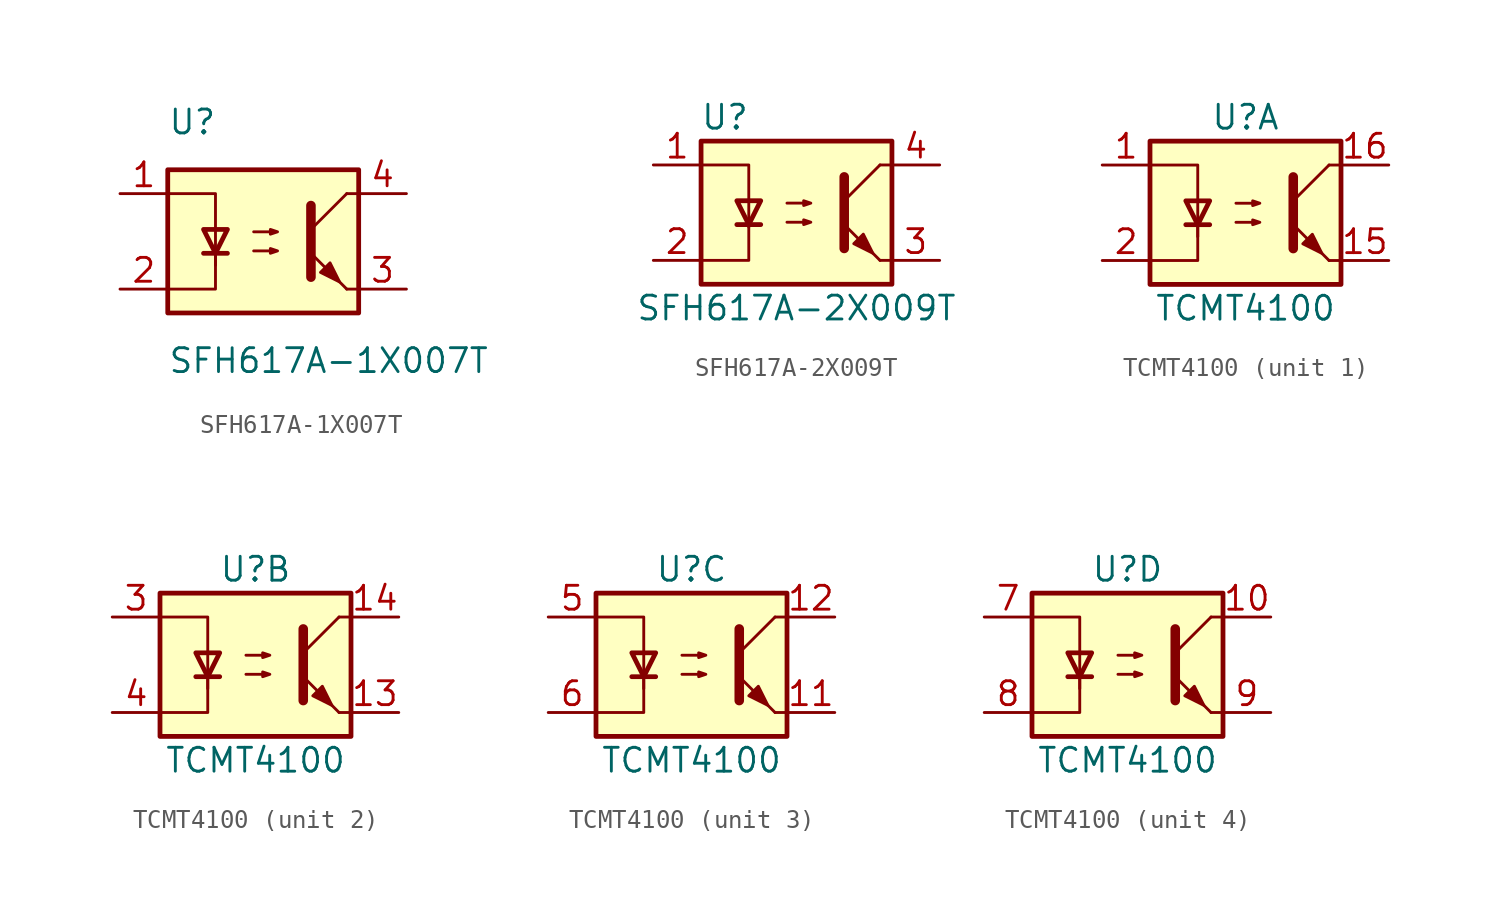
<source format=kicad_sym>
(kicad_symbol_lib
  (version 20201005)
  (generator kicad_symbol_editor)
  (symbol "Isolator_Optocoupler:SFH617A-1X007T"
    (property "Reference" "U"
      (at -5.08 6.35 0)
      (effects (font (size 1.27 1.27)) (justify left)))
    (property "Value" "SFH617A-1X007T"
      (at -5.08 -6.35 0)
      (effects (font (size 1.27 1.27)) (justify left)))
    (symbol "SFH617A-1X007T_0_1"
      (rectangle (start -5.08 3.81) (end 5.08 -3.81) (stroke (width 0.254)) (fill (type background)))
      (polyline (pts (xy -3.175 -0.635) (xy -1.905 -0.635)) (stroke (width 0.254)) (fill (type none)))
      (polyline (pts (xy 2.54 0.635) (xy 4.445 2.54)) (stroke (width 0)) (fill (type none)))
      (polyline (pts (xy 4.445 -2.54) (xy 5.08 -2.54)) (stroke (width 0)) (fill (type none)))
      (polyline (pts (xy 4.445 2.54) (xy 5.08 2.54)) (stroke (width 0)) (fill (type none)))
      (polyline (pts (xy -2.54 -0.635) (xy -2.54 -2.54) (xy -5.08 -2.54)) (stroke (width 0)) (fill (type none)))
      (polyline (pts (xy 2.54 1.905) (xy 2.54 -1.905) (xy 2.54 -1.905)) (stroke (width 0.508)) (fill (type none)))
      (polyline (pts (xy -5.08 2.54) (xy -2.54 2.54) (xy -2.54 -1.27) (xy -2.54 0.635)) (stroke (width 0)) (fill (type none)))
      (polyline (pts (xy -2.54 -0.635) (xy -3.175 0.635) (xy -1.905 0.635) (xy -2.54 -0.635)) (stroke (width 0.254)) (fill (type none)))
      (polyline (pts (xy -0.508 -0.508) (xy 0.762 -0.508) (xy 0.381 -0.635) (xy 0.381 -0.381) (xy 0.762 -0.508)) (stroke (width 0)) (fill (type none)))
      (polyline (pts (xy -0.508 0.508) (xy 0.762 0.508) (xy 0.381 0.381) (xy 0.381 0.635) (xy 0.762 0.508)) (stroke (width 0)) (fill (type none)))
      (polyline (pts (xy 4.445 -2.54) (xy 2.54 -0.635)) (stroke (width 0)) (fill (type outline)))
      (polyline (pts (xy 3.048 -1.651) (xy 3.556 -1.143) (xy 4.064 -2.159) (xy 3.048 -1.651) (xy 3.048 -1.651)) (stroke (width 0)) (fill (type outline))))
    (symbol "SFH617A-1X007T_1_1"
      (pin passive line (at -7.62 2.54 0) (length 2.54) (name "~" (effects (font (size 1.27 1.27)))) (number "1" (effects (font (size 1.27 1.27)))))
      (pin passive line (at -7.62 -2.54 0) (length 2.54) (name "~" (effects (font (size 1.27 1.27)))) (number "2" (effects (font (size 1.27 1.27)))))
      (pin passive line (at 7.62 -2.54 180) (length 2.54) (name "~" (effects (font (size 1.27 1.27)))) (number "3" (effects (font (size 1.27 1.27)))))
      (pin passive line (at 7.62 2.54 180) (length 2.54) (name "~" (effects (font (size 1.27 1.27)))) (number "4" (effects (font (size 1.27 1.27)))))))
  (symbol "Isolator_Optocoupler:SFH617A-2X009T"
    (property "Reference" "U"
      (at -3.81 5.08 0)
      (effects (font (size 1.27 1.27))))
    (property "Value" "SFH617A-2X009T"
      (at 0 -5.08 0)
      (effects (font (size 1.27 1.27))))
    (symbol "SFH617A-2X009T_1_1"
      (rectangle (start -5.08 3.81) (end 5.08 -3.81) (stroke (width 0.254)) (fill (type background)))
      (polyline (pts (xy -3.175 -0.635) (xy -1.905 -0.635)) (stroke (width 0.254)) (fill (type none)))
      (polyline (pts (xy 2.54 0.635) (xy 4.445 2.54)) (stroke (width 0)) (fill (type none)))
      (polyline (pts (xy 4.445 -2.54) (xy 5.08 -2.54)) (stroke (width 0)) (fill (type none)))
      (polyline (pts (xy 4.445 2.54) (xy 5.08 2.54)) (stroke (width 0)) (fill (type none)))
      (polyline (pts (xy -5.08 2.54) (xy -2.54 2.54) (xy -2.54 -0.762)) (stroke (width 0)) (fill (type none)))
      (polyline (pts (xy -2.54 -0.635) (xy -2.54 -2.54) (xy -5.08 -2.54)) (stroke (width 0)) (fill (type none)))
      (polyline (pts (xy 2.54 1.905) (xy 2.54 -1.905) (xy 2.54 -1.905)) (stroke (width 0.508)) (fill (type none)))
      (polyline (pts (xy -2.54 -0.635) (xy -3.175 0.635) (xy -1.905 0.635) (xy -2.54 -0.635)) (stroke (width 0.254)) (fill (type none)))
      (polyline (pts (xy -0.508 -0.508) (xy 0.762 -0.508) (xy 0.381 -0.635) (xy 0.381 -0.381) (xy 0.762 -0.508)) (stroke (width 0)) (fill (type none)))
      (polyline (pts (xy -0.508 0.508) (xy 0.762 0.508) (xy 0.381 0.381) (xy 0.381 0.635) (xy 0.762 0.508)) (stroke (width 0)) (fill (type none)))
      (polyline (pts (xy 4.445 -2.54) (xy 2.54 -0.635)) (stroke (width 0)) (fill (type outline)))
      (polyline (pts (xy 3.048 -1.651) (xy 3.556 -1.143) (xy 4.064 -2.159) (xy 3.048 -1.651) (xy 3.048 -1.651)) (stroke (width 0)) (fill (type outline)))
      (pin passive line (at -7.62 2.54 0) (length 2.54) (name "~" (effects (font (size 1.27 1.27)))) (number "1" (effects (font (size 1.27 1.27)))))
      (pin passive line (at -7.62 -2.54 0) (length 2.54) (name "~" (effects (font (size 1.27 1.27)))) (number "2" (effects (font (size 1.27 1.27)))))
      (pin passive line (at 7.62 -2.54 180) (length 2.54) (name "~" (effects (font (size 1.27 1.27)))) (number "3" (effects (font (size 1.27 1.27)))))
      (pin passive line (at 7.62 2.54 180) (length 2.54) (name "~" (effects (font (size 1.27 1.27)))) (number "4" (effects (font (size 1.27 1.27)))))))
  (symbol "Isolator_Optocoupler:TCMT4100"
    (property "Reference" "U"
      (at 0 5.08 0)
      (effects (font (size 1.27 1.27))))
    (property "Value" "TCMT4100"
      (at 0 -5.08 0)
      (effects (font (size 1.27 1.27))))
    (symbol "TCMT4100_1_1"
      (rectangle (start -5.08 3.81) (end 5.08 -3.81) (stroke (width 0.254)) (fill (type background)))
      (polyline (pts (xy -3.175 -0.635) (xy -1.905 -0.635)) (stroke (width 0.254)) (fill (type none)))
      (polyline (pts (xy 2.54 0.635) (xy 4.445 2.54)) (stroke (width 0)) (fill (type none)))
      (polyline (pts (xy 4.445 -2.54) (xy 5.08 -2.54)) (stroke (width 0)) (fill (type none)))
      (polyline (pts (xy 4.445 2.54) (xy 5.08 2.54)) (stroke (width 0)) (fill (type none)))
      (polyline (pts (xy -2.54 -0.635) (xy -2.54 -2.54) (xy -5.08 -2.54)) (stroke (width 0)) (fill (type none)))
      (polyline (pts (xy 2.54 1.905) (xy 2.54 -1.905) (xy 2.54 -1.905)) (stroke (width 0.508)) (fill (type none)))
      (polyline (pts (xy -5.08 2.54) (xy -2.54 2.54) (xy -2.54 -1.27) (xy -2.54 0.635)) (stroke (width 0)) (fill (type none)))
      (polyline (pts (xy -2.54 -0.635) (xy -3.175 0.635) (xy -1.905 0.635) (xy -2.54 -0.635)) (stroke (width 0.254)) (fill (type none)))
      (polyline (pts (xy -0.508 -0.508) (xy 0.762 -0.508) (xy 0.381 -0.635) (xy 0.381 -0.381) (xy 0.762 -0.508)) (stroke (width 0)) (fill (type none)))
      (polyline (pts (xy -0.508 0.508) (xy 0.762 0.508) (xy 0.381 0.381) (xy 0.381 0.635) (xy 0.762 0.508)) (stroke (width 0)) (fill (type none)))
      (polyline (pts (xy 4.445 -2.54) (xy 2.54 -0.635)) (stroke (width 0)) (fill (type outline)))
      (polyline (pts (xy 3.048 -1.651) (xy 3.556 -1.143) (xy 4.064 -2.159) (xy 3.048 -1.651) (xy 3.048 -1.651)) (stroke (width 0)) (fill (type outline)))
      (pin passive line (at -7.62 2.54 0) (length 2.54) (name "~" (effects (font (size 1.27 1.27)))) (number "1" (effects (font (size 1.27 1.27)))))
      (pin passive line (at 7.62 -2.54 180) (length 2.54) (name "~" (effects (font (size 1.27 1.27)))) (number "15" (effects (font (size 1.27 1.27)))))
      (pin passive line (at 7.62 2.54 180) (length 2.54) (name "~" (effects (font (size 1.27 1.27)))) (number "16" (effects (font (size 1.27 1.27)))))
      (pin passive line (at -7.62 -2.54 0) (length 2.54) (name "~" (effects (font (size 1.27 1.27)))) (number "2" (effects (font (size 1.27 1.27))))))
    (symbol "TCMT4100_2_1"
      (rectangle (start -5.08 3.81) (end 5.08 -3.81) (stroke (width 0.254)) (fill (type background)))
      (polyline (pts (xy -3.175 -0.635) (xy -1.905 -0.635)) (stroke (width 0.254)) (fill (type none)))
      (polyline (pts (xy 2.54 0.635) (xy 4.445 2.54)) (stroke (width 0)) (fill (type none)))
      (polyline (pts (xy 4.445 -2.54) (xy 5.08 -2.54)) (stroke (width 0)) (fill (type none)))
      (polyline (pts (xy 4.445 2.54) (xy 5.08 2.54)) (stroke (width 0)) (fill (type none)))
      (polyline (pts (xy -2.54 -0.635) (xy -2.54 -2.54) (xy -5.08 -2.54)) (stroke (width 0)) (fill (type none)))
      (polyline (pts (xy 2.54 1.905) (xy 2.54 -1.905) (xy 2.54 -1.905)) (stroke (width 0.508)) (fill (type none)))
      (polyline (pts (xy -5.08 2.54) (xy -2.54 2.54) (xy -2.54 -1.27) (xy -2.54 0.635)) (stroke (width 0)) (fill (type none)))
      (polyline (pts (xy -2.54 -0.635) (xy -3.175 0.635) (xy -1.905 0.635) (xy -2.54 -0.635)) (stroke (width 0.254)) (fill (type none)))
      (polyline (pts (xy -0.508 -0.508) (xy 0.762 -0.508) (xy 0.381 -0.635) (xy 0.381 -0.381) (xy 0.762 -0.508)) (stroke (width 0)) (fill (type none)))
      (polyline (pts (xy -0.508 0.508) (xy 0.762 0.508) (xy 0.381 0.381) (xy 0.381 0.635) (xy 0.762 0.508)) (stroke (width 0)) (fill (type none)))
      (polyline (pts (xy 4.445 -2.54) (xy 2.54 -0.635)) (stroke (width 0)) (fill (type outline)))
      (polyline (pts (xy 3.048 -1.651) (xy 3.556 -1.143) (xy 4.064 -2.159) (xy 3.048 -1.651) (xy 3.048 -1.651)) (stroke (width 0)) (fill (type outline)))
      (pin passive line (at 7.62 -2.54 180) (length 2.54) (name "~" (effects (font (size 1.27 1.27)))) (number "13" (effects (font (size 1.27 1.27)))))
      (pin passive line (at 7.62 2.54 180) (length 2.54) (name "~" (effects (font (size 1.27 1.27)))) (number "14" (effects (font (size 1.27 1.27)))))
      (pin passive line (at -7.62 2.54 0) (length 2.54) (name "~" (effects (font (size 1.27 1.27)))) (number "3" (effects (font (size 1.27 1.27)))))
      (pin passive line (at -7.62 -2.54 0) (length 2.54) (name "~" (effects (font (size 1.27 1.27)))) (number "4" (effects (font (size 1.27 1.27))))))
    (symbol "TCMT4100_3_1"
      (rectangle (start -5.08 3.81) (end 5.08 -3.81) (stroke (width 0.254)) (fill (type background)))
      (polyline (pts (xy -3.175 -0.635) (xy -1.905 -0.635)) (stroke (width 0.254)) (fill (type none)))
      (polyline (pts (xy 2.54 0.635) (xy 4.445 2.54)) (stroke (width 0)) (fill (type none)))
      (polyline (pts (xy 4.445 -2.54) (xy 5.08 -2.54)) (stroke (width 0)) (fill (type none)))
      (polyline (pts (xy 4.445 2.54) (xy 5.08 2.54)) (stroke (width 0)) (fill (type none)))
      (polyline (pts (xy -2.54 -0.635) (xy -2.54 -2.54) (xy -5.08 -2.54)) (stroke (width 0)) (fill (type none)))
      (polyline (pts (xy 2.54 1.905) (xy 2.54 -1.905) (xy 2.54 -1.905)) (stroke (width 0.508)) (fill (type none)))
      (polyline (pts (xy -5.08 2.54) (xy -2.54 2.54) (xy -2.54 -1.27) (xy -2.54 0.635)) (stroke (width 0)) (fill (type none)))
      (polyline (pts (xy -2.54 -0.635) (xy -3.175 0.635) (xy -1.905 0.635) (xy -2.54 -0.635)) (stroke (width 0.254)) (fill (type none)))
      (polyline (pts (xy -0.508 -0.508) (xy 0.762 -0.508) (xy 0.381 -0.635) (xy 0.381 -0.381) (xy 0.762 -0.508)) (stroke (width 0)) (fill (type none)))
      (polyline (pts (xy -0.508 0.508) (xy 0.762 0.508) (xy 0.381 0.381) (xy 0.381 0.635) (xy 0.762 0.508)) (stroke (width 0)) (fill (type none)))
      (polyline (pts (xy 4.445 -2.54) (xy 2.54 -0.635)) (stroke (width 0)) (fill (type outline)))
      (polyline (pts (xy 3.048 -1.651) (xy 3.556 -1.143) (xy 4.064 -2.159) (xy 3.048 -1.651) (xy 3.048 -1.651)) (stroke (width 0)) (fill (type outline)))
      (pin passive line (at 7.62 -2.54 180) (length 2.54) (name "~" (effects (font (size 1.27 1.27)))) (number "11" (effects (font (size 1.27 1.27)))))
      (pin passive line (at 7.62 2.54 180) (length 2.54) (name "~" (effects (font (size 1.27 1.27)))) (number "12" (effects (font (size 1.27 1.27)))))
      (pin passive line (at -7.62 2.54 0) (length 2.54) (name "~" (effects (font (size 1.27 1.27)))) (number "5" (effects (font (size 1.27 1.27)))))
      (pin passive line (at -7.62 -2.54 0) (length 2.54) (name "~" (effects (font (size 1.27 1.27)))) (number "6" (effects (font (size 1.27 1.27))))))
    (symbol "TCMT4100_4_1"
      (rectangle (start -5.08 3.81) (end 5.08 -3.81) (stroke (width 0.254)) (fill (type background)))
      (polyline (pts (xy -3.175 -0.635) (xy -1.905 -0.635)) (stroke (width 0.254)) (fill (type none)))
      (polyline (pts (xy 2.54 0.635) (xy 4.445 2.54)) (stroke (width 0)) (fill (type none)))
      (polyline (pts (xy 4.445 -2.54) (xy 5.08 -2.54)) (stroke (width 0)) (fill (type none)))
      (polyline (pts (xy 4.445 2.54) (xy 5.08 2.54)) (stroke (width 0)) (fill (type none)))
      (polyline (pts (xy -2.54 -0.635) (xy -2.54 -2.54) (xy -5.08 -2.54)) (stroke (width 0)) (fill (type none)))
      (polyline (pts (xy 2.54 1.905) (xy 2.54 -1.905) (xy 2.54 -1.905)) (stroke (width 0.508)) (fill (type none)))
      (polyline (pts (xy -5.08 2.54) (xy -2.54 2.54) (xy -2.54 -1.27) (xy -2.54 0.635)) (stroke (width 0)) (fill (type none)))
      (polyline (pts (xy -2.54 -0.635) (xy -3.175 0.635) (xy -1.905 0.635) (xy -2.54 -0.635)) (stroke (width 0.254)) (fill (type none)))
      (polyline (pts (xy -0.508 -0.508) (xy 0.762 -0.508) (xy 0.381 -0.635) (xy 0.381 -0.381) (xy 0.762 -0.508)) (stroke (width 0)) (fill (type none)))
      (polyline (pts (xy -0.508 0.508) (xy 0.762 0.508) (xy 0.381 0.381) (xy 0.381 0.635) (xy 0.762 0.508)) (stroke (width 0)) (fill (type none)))
      (polyline (pts (xy 4.445 -2.54) (xy 2.54 -0.635)) (stroke (width 0)) (fill (type outline)))
      (polyline (pts (xy 3.048 -1.651) (xy 3.556 -1.143) (xy 4.064 -2.159) (xy 3.048 -1.651) (xy 3.048 -1.651)) (stroke (width 0)) (fill (type outline)))
      (pin passive line (at 7.62 2.54 180) (length 2.54) (name "~" (effects (font (size 1.27 1.27)))) (number "10" (effects (font (size 1.27 1.27)))))
      (pin passive line (at -7.62 2.54 0) (length 2.54) (name "~" (effects (font (size 1.27 1.27)))) (number "7" (effects (font (size 1.27 1.27)))))
      (pin passive line (at -7.62 -2.54 0) (length 2.54) (name "~" (effects (font (size 1.27 1.27)))) (number "8" (effects (font (size 1.27 1.27)))))
      (pin passive line (at 7.62 -2.54 180) (length 2.54) (name "~" (effects (font (size 1.27 1.27)))) (number "9" (effects (font (size 1.27 1.27))))))))
</source>
